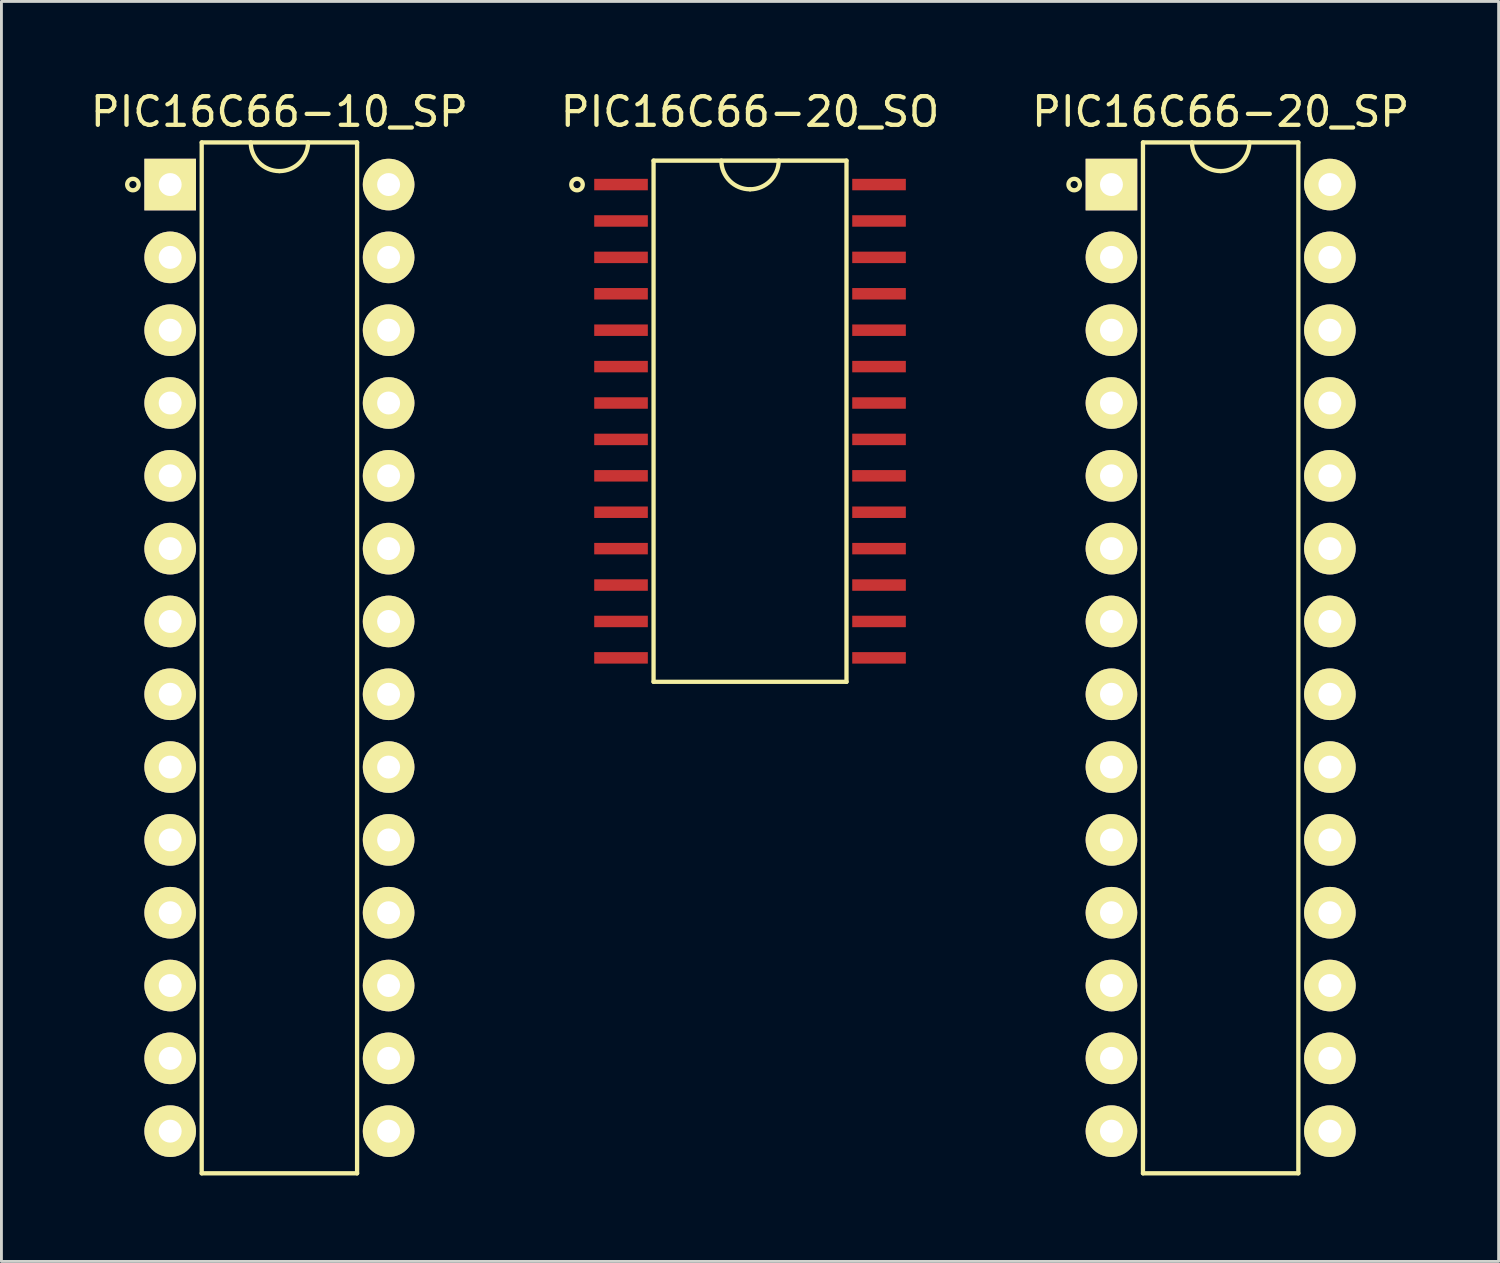
<source format=kicad_pcb>
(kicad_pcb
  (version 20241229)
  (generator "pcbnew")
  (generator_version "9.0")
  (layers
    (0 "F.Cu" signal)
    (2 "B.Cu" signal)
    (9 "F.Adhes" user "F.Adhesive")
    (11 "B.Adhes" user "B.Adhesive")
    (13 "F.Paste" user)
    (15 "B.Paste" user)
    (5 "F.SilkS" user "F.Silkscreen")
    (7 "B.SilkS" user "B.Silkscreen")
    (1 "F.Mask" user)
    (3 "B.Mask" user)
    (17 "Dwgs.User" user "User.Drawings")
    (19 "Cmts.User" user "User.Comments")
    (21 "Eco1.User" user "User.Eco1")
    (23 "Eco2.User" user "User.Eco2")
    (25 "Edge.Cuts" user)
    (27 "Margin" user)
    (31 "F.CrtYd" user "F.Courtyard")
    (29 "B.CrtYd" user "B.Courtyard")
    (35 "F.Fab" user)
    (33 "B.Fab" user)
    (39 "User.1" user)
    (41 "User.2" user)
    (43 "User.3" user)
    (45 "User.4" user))
  (footprint "PIC16C66-10_SP"
    (layer "F.Cu")
    (at 2.886 3.388)
    (property "Reference" "PIC16C66-10_SP" (at 3.81 -2.54 0) (layer "F.SilkS") (effects (font (size 1 1) (thickness 0.15))))
    (attr through_hole)
    (fp_line (start 1.1 -1.47) (end 6.52 -1.47) (stroke (width 0.15) (type solid)) (layer "F.SilkS"))
    (fp_line (start 1.1 34.49) (end 1.1 -1.47) (stroke (width 0.15) (type solid)) (layer "F.SilkS"))
    (fp_line (start 6.52 -1.47) (end 6.52 34.49) (stroke (width 0.15) (type solid)) (layer "F.SilkS"))
    (fp_line (start 6.52 34.49) (end 1.1 34.49) (stroke (width 0.15) (type solid)) (layer "F.SilkS"))
    (fp_arc (start 3.81 -0.47) (mid 3.102893 -0.762893) (end 2.81 -1.47) (stroke (width 0.15) (type solid)) (layer "F.SilkS"))
    (fp_arc (start 4.81 -1.47) (mid 4.517107 -0.762893) (end 3.81 -0.47) (stroke (width 0.15) (type solid)) (layer "F.SilkS"))
    (fp_circle (center -1.3 0) (end -1.3 0.2) (stroke (width 0.15) (type solid)) (fill no) (layer "F.SilkS"))
    (pad "1" thru_hole rect (at 0 0) (size 1.8 1.8) (drill 0.8) (layers "*.Cu" "*.Mask" "F.SilkS"))
    (pad "2" thru_hole circle (at 0 2.54) (size 1.8 1.8) (drill 0.8) (layers "*.Cu" "*.Mask" "F.SilkS"))
    (pad "3" thru_hole circle (at 0 5.08) (size 1.8 1.8) (drill 0.8) (layers "*.Cu" "*.Mask" "F.SilkS"))
    (pad "4" thru_hole circle (at 0 7.62) (size 1.8 1.8) (drill 0.8) (layers "*.Cu" "*.Mask" "F.SilkS"))
    (pad "5" thru_hole circle (at 0 10.16) (size 1.8 1.8) (drill 0.8) (layers "*.Cu" "*.Mask" "F.SilkS"))
    (pad "6" thru_hole circle (at 0 12.7) (size 1.8 1.8) (drill 0.8) (layers "*.Cu" "*.Mask" "F.SilkS"))
    (pad "7" thru_hole circle (at 0 15.24) (size 1.8 1.8) (drill 0.8) (layers "*.Cu" "*.Mask" "F.SilkS"))
    (pad "8" thru_hole circle (at 0 17.78) (size 1.8 1.8) (drill 0.8) (layers "*.Cu" "*.Mask" "F.SilkS"))
    (pad "9" thru_hole circle (at 0 20.32) (size 1.8 1.8) (drill 0.8) (layers "*.Cu" "*.Mask" "F.SilkS"))
    (pad "10" thru_hole circle (at 0 22.86) (size 1.8 1.8) (drill 0.8) (layers "*.Cu" "*.Mask" "F.SilkS"))
    (pad "11" thru_hole circle (at 0 25.4) (size 1.8 1.8) (drill 0.8) (layers "*.Cu" "*.Mask" "F.SilkS"))
    (pad "12" thru_hole circle (at 0 27.94) (size 1.8 1.8) (drill 0.8) (layers "*.Cu" "*.Mask" "F.SilkS"))
    (pad "13" thru_hole circle (at 0 30.48) (size 1.8 1.8) (drill 0.8) (layers "*.Cu" "*.Mask" "F.SilkS"))
    (pad "14" thru_hole circle (at 0 33.02) (size 1.8 1.8) (drill 0.8) (layers "*.Cu" "*.Mask" "F.SilkS"))
    (pad "15" thru_hole circle (at 7.62 33.02) (size 1.8 1.8) (drill 0.8) (layers "*.Cu" "*.Mask" "F.SilkS"))
    (pad "16" thru_hole circle (at 7.62 30.48) (size 1.8 1.8) (drill 0.8) (layers "*.Cu" "*.Mask" "F.SilkS"))
    (pad "17" thru_hole circle (at 7.62 27.94) (size 1.8 1.8) (drill 0.8) (layers "*.Cu" "*.Mask" "F.SilkS"))
    (pad "18" thru_hole circle (at 7.62 25.4) (size 1.8 1.8) (drill 0.8) (layers "*.Cu" "*.Mask" "F.SilkS"))
    (pad "19" thru_hole circle (at 7.62 22.86) (size 1.8 1.8) (drill 0.8) (layers "*.Cu" "*.Mask" "F.SilkS"))
    (pad "20" thru_hole circle (at 7.62 20.32) (size 1.8 1.8) (drill 0.8) (layers "*.Cu" "*.Mask" "F.SilkS"))
    (pad "21" thru_hole circle (at 7.62 17.78) (size 1.8 1.8) (drill 0.8) (layers "*.Cu" "*.Mask" "F.SilkS"))
    (pad "22" thru_hole circle (at 7.62 15.24) (size 1.8 1.8) (drill 0.8) (layers "*.Cu" "*.Mask" "F.SilkS"))
    (pad "23" thru_hole circle (at 7.62 12.7) (size 1.8 1.8) (drill 0.8) (layers "*.Cu" "*.Mask" "F.SilkS"))
    (pad "24" thru_hole circle (at 7.62 10.16) (size 1.8 1.8) (drill 0.8) (layers "*.Cu" "*.Mask" "F.SilkS"))
    (pad "25" thru_hole circle (at 7.62 7.62) (size 1.8 1.8) (drill 0.8) (layers "*.Cu" "*.Mask" "F.SilkS"))
    (pad "26" thru_hole circle (at 7.62 5.08) (size 1.8 1.8) (drill 0.8) (layers "*.Cu" "*.Mask" "F.SilkS"))
    (pad "27" thru_hole circle (at 7.62 2.54) (size 1.8 1.8) (drill 0.8) (layers "*.Cu" "*.Mask" "F.SilkS"))
    (pad "28" thru_hole circle (at 7.62 0) (size 1.8 1.8) (drill 0.8) (layers "*.Cu" "*.Mask" "F.SilkS")))
  (footprint "PIC16C66-20_SP"
    (layer "F.Cu")
    (at 35.72 3.388)
    (property "Reference" "PIC16C66-20_SP" (at 3.81 -2.54 0) (layer "F.SilkS") (effects (font (size 1 1) (thickness 0.15))))
    (attr through_hole)
    (fp_line (start 1.1 -1.47) (end 6.52 -1.47) (stroke (width 0.15) (type solid)) (layer "F.SilkS"))
    (fp_line (start 1.1 34.49) (end 1.1 -1.47) (stroke (width 0.15) (type solid)) (layer "F.SilkS"))
    (fp_line (start 6.52 -1.47) (end 6.52 34.49) (stroke (width 0.15) (type solid)) (layer "F.SilkS"))
    (fp_line (start 6.52 34.49) (end 1.1 34.49) (stroke (width 0.15) (type solid)) (layer "F.SilkS"))
    (fp_arc (start 3.81 -0.47) (mid 3.102893 -0.762893) (end 2.81 -1.47) (stroke (width 0.15) (type solid)) (layer "F.SilkS"))
    (fp_arc (start 4.81 -1.47) (mid 4.517107 -0.762893) (end 3.81 -0.47) (stroke (width 0.15) (type solid)) (layer "F.SilkS"))
    (fp_circle (center -1.3 0) (end -1.3 0.2) (stroke (width 0.15) (type solid)) (fill no) (layer "F.SilkS"))
    (pad "1" thru_hole rect (at 0 0) (size 1.8 1.8) (drill 0.8) (layers "*.Cu" "*.Mask" "F.SilkS"))
    (pad "2" thru_hole circle (at 0 2.54) (size 1.8 1.8) (drill 0.8) (layers "*.Cu" "*.Mask" "F.SilkS"))
    (pad "3" thru_hole circle (at 0 5.08) (size 1.8 1.8) (drill 0.8) (layers "*.Cu" "*.Mask" "F.SilkS"))
    (pad "4" thru_hole circle (at 0 7.62) (size 1.8 1.8) (drill 0.8) (layers "*.Cu" "*.Mask" "F.SilkS"))
    (pad "5" thru_hole circle (at 0 10.16) (size 1.8 1.8) (drill 0.8) (layers "*.Cu" "*.Mask" "F.SilkS"))
    (pad "6" thru_hole circle (at 0 12.7) (size 1.8 1.8) (drill 0.8) (layers "*.Cu" "*.Mask" "F.SilkS"))
    (pad "7" thru_hole circle (at 0 15.24) (size 1.8 1.8) (drill 0.8) (layers "*.Cu" "*.Mask" "F.SilkS"))
    (pad "8" thru_hole circle (at 0 17.78) (size 1.8 1.8) (drill 0.8) (layers "*.Cu" "*.Mask" "F.SilkS"))
    (pad "9" thru_hole circle (at 0 20.32) (size 1.8 1.8) (drill 0.8) (layers "*.Cu" "*.Mask" "F.SilkS"))
    (pad "10" thru_hole circle (at 0 22.86) (size 1.8 1.8) (drill 0.8) (layers "*.Cu" "*.Mask" "F.SilkS"))
    (pad "11" thru_hole circle (at 0 25.4) (size 1.8 1.8) (drill 0.8) (layers "*.Cu" "*.Mask" "F.SilkS"))
    (pad "12" thru_hole circle (at 0 27.94) (size 1.8 1.8) (drill 0.8) (layers "*.Cu" "*.Mask" "F.SilkS"))
    (pad "13" thru_hole circle (at 0 30.48) (size 1.8 1.8) (drill 0.8) (layers "*.Cu" "*.Mask" "F.SilkS"))
    (pad "14" thru_hole circle (at 0 33.02) (size 1.8 1.8) (drill 0.8) (layers "*.Cu" "*.Mask" "F.SilkS"))
    (pad "15" thru_hole circle (at 7.62 33.02) (size 1.8 1.8) (drill 0.8) (layers "*.Cu" "*.Mask" "F.SilkS"))
    (pad "16" thru_hole circle (at 7.62 30.48) (size 1.8 1.8) (drill 0.8) (layers "*.Cu" "*.Mask" "F.SilkS"))
    (pad "17" thru_hole circle (at 7.62 27.94) (size 1.8 1.8) (drill 0.8) (layers "*.Cu" "*.Mask" "F.SilkS"))
    (pad "18" thru_hole circle (at 7.62 25.4) (size 1.8 1.8) (drill 0.8) (layers "*.Cu" "*.Mask" "F.SilkS"))
    (pad "19" thru_hole circle (at 7.62 22.86) (size 1.8 1.8) (drill 0.8) (layers "*.Cu" "*.Mask" "F.SilkS"))
    (pad "20" thru_hole circle (at 7.62 20.32) (size 1.8 1.8) (drill 0.8) (layers "*.Cu" "*.Mask" "F.SilkS"))
    (pad "21" thru_hole circle (at 7.62 17.78) (size 1.8 1.8) (drill 0.8) (layers "*.Cu" "*.Mask" "F.SilkS"))
    (pad "22" thru_hole circle (at 7.62 15.24) (size 1.8 1.8) (drill 0.8) (layers "*.Cu" "*.Mask" "F.SilkS"))
    (pad "23" thru_hole circle (at 7.62 12.7) (size 1.8 1.8) (drill 0.8) (layers "*.Cu" "*.Mask" "F.SilkS"))
    (pad "24" thru_hole circle (at 7.62 10.16) (size 1.8 1.8) (drill 0.8) (layers "*.Cu" "*.Mask" "F.SilkS"))
    (pad "25" thru_hole circle (at 7.62 7.62) (size 1.8 1.8) (drill 0.8) (layers "*.Cu" "*.Mask" "F.SilkS"))
    (pad "26" thru_hole circle (at 7.62 5.08) (size 1.8 1.8) (drill 0.8) (layers "*.Cu" "*.Mask" "F.SilkS"))
    (pad "27" thru_hole circle (at 7.62 2.54) (size 1.8 1.8) (drill 0.8) (layers "*.Cu" "*.Mask" "F.SilkS"))
    (pad "28" thru_hole circle (at 7.62 0) (size 1.8 1.8) (drill 0.8) (layers "*.Cu" "*.Mask" "F.SilkS")))
  (footprint "PIC16C66-20_SO"
    (layer "F.Cu")
    (at 18.613 3.388)
    (property "Reference" "PIC16C66-20_SO" (at 4.5 -2.54 0) (layer "F.SilkS") (effects (font (size 1 1) (thickness 0.15))))
    (attr through_hole)
    (fp_line (start 1.135 -0.835) (end 7.865 -0.835) (stroke (width 0.15) (type solid)) (layer "F.SilkS"))
    (fp_line (start 1.135 17.345) (end 1.135 -0.835) (stroke (width 0.15) (type solid)) (layer "F.SilkS"))
    (fp_line (start 7.865 -0.835) (end 7.865 17.345) (stroke (width 0.15) (type solid)) (layer "F.SilkS"))
    (fp_line (start 7.865 17.345) (end 1.135 17.345) (stroke (width 0.15) (type solid)) (layer "F.SilkS"))
    (fp_arc (start 4.5 0.165) (mid 3.792893 -0.127893) (end 3.5 -0.835) (stroke (width 0.15) (type solid)) (layer "F.SilkS"))
    (fp_arc (start 5.5 -0.835) (mid 5.207107 -0.127893) (end 4.5 0.165) (stroke (width 0.15) (type solid)) (layer "F.SilkS"))
    (fp_circle (center -1.535 0) (end -1.535 0.2) (stroke (width 0.15) (type solid)) (fill no) (layer "F.SilkS"))
    (pad "1" smd rect (at 0 0) (size 1.87 0.4) (layers "F.Cu" "F.Mask" "F.Paste"))
    (pad "2" smd rect (at 0 1.27) (size 1.87 0.4) (layers "F.Cu" "F.Mask" "F.Paste"))
    (pad "3" smd rect (at 0 2.54) (size 1.87 0.4) (layers "F.Cu" "F.Mask" "F.Paste"))
    (pad "4" smd rect (at 0 3.81) (size 1.87 0.4) (layers "F.Cu" "F.Mask" "F.Paste"))
    (pad "5" smd rect (at 0 5.08) (size 1.87 0.4) (layers "F.Cu" "F.Mask" "F.Paste"))
    (pad "6" smd rect (at 0 6.35) (size 1.87 0.4) (layers "F.Cu" "F.Mask" "F.Paste"))
    (pad "7" smd rect (at 0 7.62) (size 1.87 0.4) (layers "F.Cu" "F.Mask" "F.Paste"))
    (pad "8" smd rect (at 0 8.89) (size 1.87 0.4) (layers "F.Cu" "F.Mask" "F.Paste"))
    (pad "9" smd rect (at 0 10.16) (size 1.87 0.4) (layers "F.Cu" "F.Mask" "F.Paste"))
    (pad "10" smd rect (at 0 11.43) (size 1.87 0.4) (layers "F.Cu" "F.Mask" "F.Paste"))
    (pad "11" smd rect (at 0 12.7) (size 1.87 0.4) (layers "F.Cu" "F.Mask" "F.Paste"))
    (pad "12" smd rect (at 0 13.97) (size 1.87 0.4) (layers "F.Cu" "F.Mask" "F.Paste"))
    (pad "13" smd rect (at 0 15.24) (size 1.87 0.4) (layers "F.Cu" "F.Mask" "F.Paste"))
    (pad "14" smd rect (at 0 16.51) (size 1.87 0.4) (layers "F.Cu" "F.Mask" "F.Paste"))
    (pad "15" smd rect (at 9 16.51) (size 1.87 0.4) (layers "F.Cu" "F.Mask" "F.Paste"))
    (pad "16" smd rect (at 9 15.24) (size 1.87 0.4) (layers "F.Cu" "F.Mask" "F.Paste"))
    (pad "17" smd rect (at 9 13.97) (size 1.87 0.4) (layers "F.Cu" "F.Mask" "F.Paste"))
    (pad "18" smd rect (at 9 12.7) (size 1.87 0.4) (layers "F.Cu" "F.Mask" "F.Paste"))
    (pad "19" smd rect (at 9 11.43) (size 1.87 0.4) (layers "F.Cu" "F.Mask" "F.Paste"))
    (pad "20" smd rect (at 9 10.16) (size 1.87 0.4) (layers "F.Cu" "F.Mask" "F.Paste"))
    (pad "21" smd rect (at 9 8.89) (size 1.87 0.4) (layers "F.Cu" "F.Mask" "F.Paste"))
    (pad "22" smd rect (at 9 7.62) (size 1.87 0.4) (layers "F.Cu" "F.Mask" "F.Paste"))
    (pad "23" smd rect (at 9 6.35) (size 1.87 0.4) (layers "F.Cu" "F.Mask" "F.Paste"))
    (pad "24" smd rect (at 9 5.08) (size 1.87 0.4) (layers "F.Cu" "F.Mask" "F.Paste"))
    (pad "25" smd rect (at 9 3.81) (size 1.87 0.4) (layers "F.Cu" "F.Mask" "F.Paste"))
    (pad "26" smd rect (at 9 2.54) (size 1.87 0.4) (layers "F.Cu" "F.Mask" "F.Paste"))
    (pad "27" smd rect (at 9 1.27) (size 1.87 0.4) (layers "F.Cu" "F.Mask" "F.Paste"))
    (pad "28" smd rect (at 9 0) (size 1.87 0.4) (layers "F.Cu" "F.Mask" "F.Paste")))
  (gr_rect
    (start -3 -3)
    (end 49.226 40.953)
    (stroke (width 0.1) (type default))
    (fill no)
    (layer "Edge.Cuts")))
</source>
